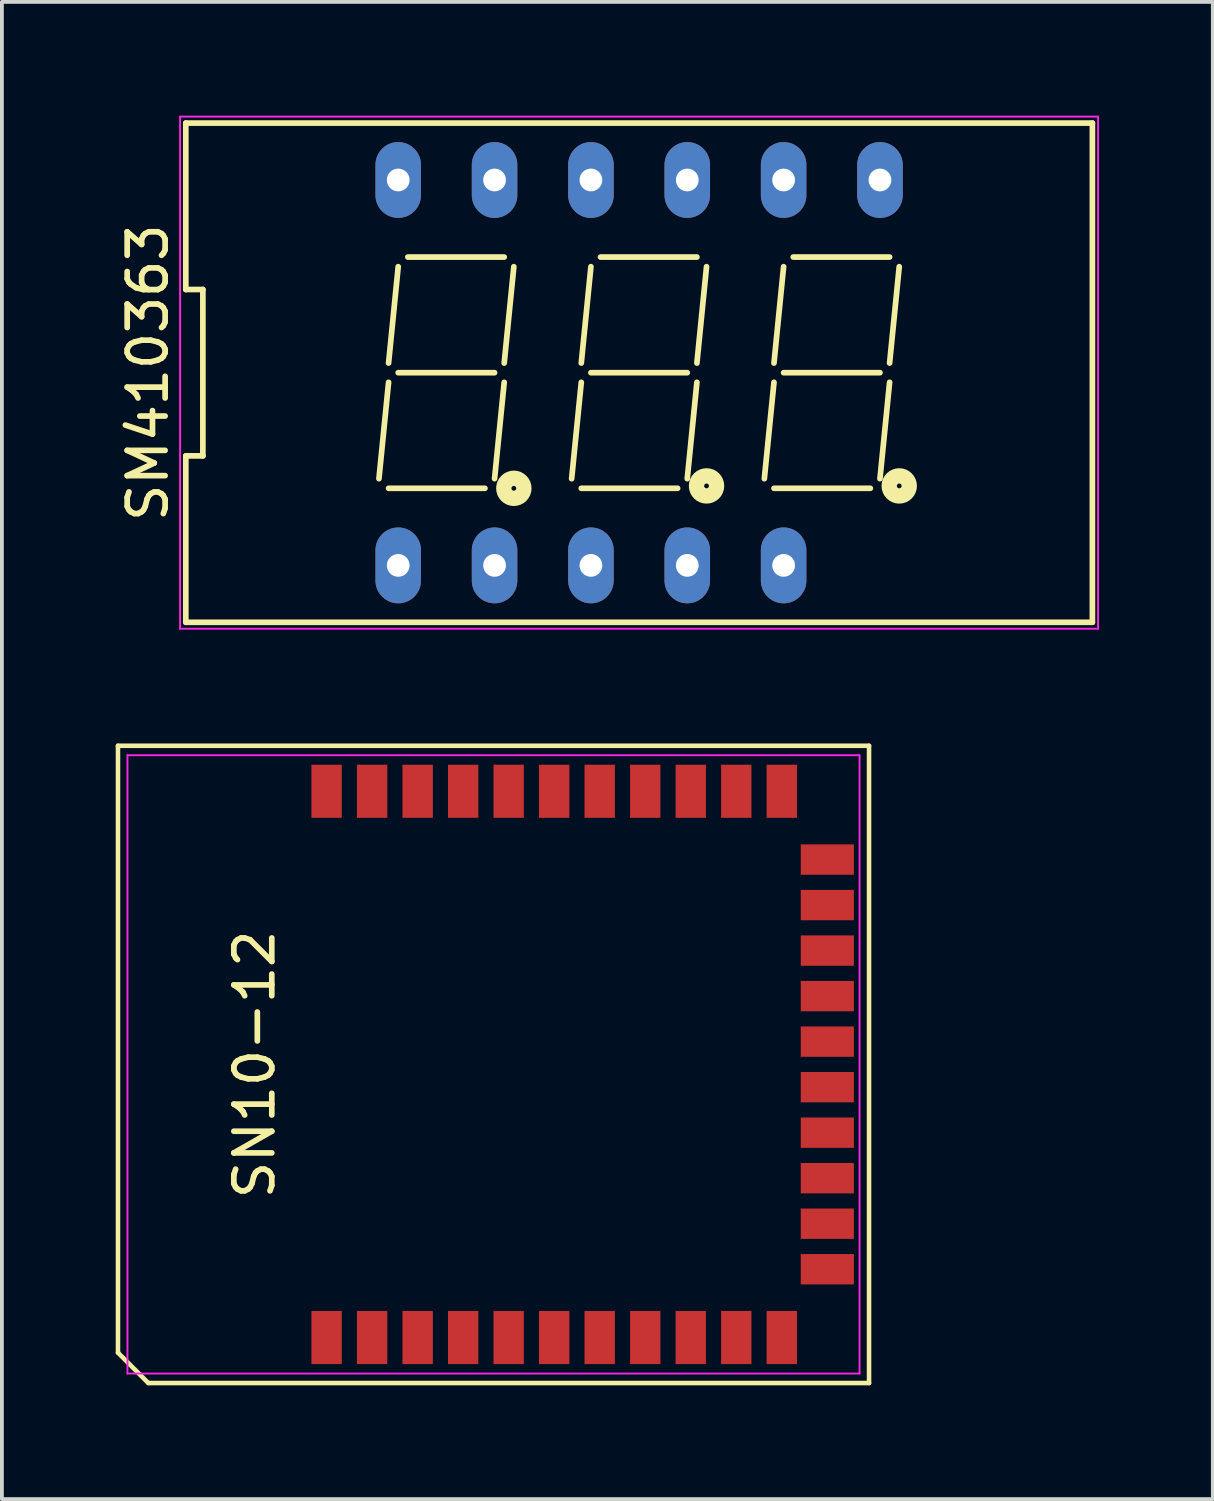
<source format=kicad_pcb>
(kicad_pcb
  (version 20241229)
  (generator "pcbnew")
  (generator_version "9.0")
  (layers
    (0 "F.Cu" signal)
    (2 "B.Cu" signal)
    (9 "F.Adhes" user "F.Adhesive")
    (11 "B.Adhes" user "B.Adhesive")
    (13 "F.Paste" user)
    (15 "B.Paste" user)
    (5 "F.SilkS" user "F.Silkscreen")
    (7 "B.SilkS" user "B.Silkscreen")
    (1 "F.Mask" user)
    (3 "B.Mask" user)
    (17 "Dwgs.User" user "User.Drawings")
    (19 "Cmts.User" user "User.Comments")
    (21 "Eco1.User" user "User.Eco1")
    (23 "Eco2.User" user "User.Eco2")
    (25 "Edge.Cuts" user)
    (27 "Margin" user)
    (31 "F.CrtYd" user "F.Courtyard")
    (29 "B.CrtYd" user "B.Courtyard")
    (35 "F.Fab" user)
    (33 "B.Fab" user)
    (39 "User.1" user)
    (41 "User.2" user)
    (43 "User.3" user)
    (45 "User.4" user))
  (footprint "SN10-12"
    (layer "F.Cu")
    (at 14.56 25.01)
    (property "Reference" "SN10-12" (at -10.9 0 90) (layer "F.SilkS") (effects (font (size 1 1) (thickness 0.15))))
    (attr smd)
    (fp_line (start -14.5 -8.4) (end 5.3 -8.4) (stroke (width 0.12) (type solid)) (layer "F.SilkS"))
    (fp_line (start -14.5 7.6) (end -14.5 -8.4) (stroke (width 0.12) (type solid)) (layer "F.SilkS"))
    (fp_line (start -13.7 8.4) (end -14.5 7.6) (stroke (width 0.12) (type solid)) (layer "F.SilkS"))
    (fp_line (start 5.3 -8.4) (end 5.3 8.4) (stroke (width 0.12) (type solid)) (layer "F.SilkS"))
    (fp_line (start 5.3 8.4) (end -13.7 8.4) (stroke (width 0.12) (type solid)) (layer "F.SilkS"))
    (fp_line (start -14.25 -8.15) (end 5.05 -8.15) (stroke (width 0.05) (type solid)) (layer "F.CrtYd"))
    (fp_line (start -14.25 8.15) (end -14.25 -8.15) (stroke (width 0.05) (type solid)) (layer "F.CrtYd"))
    (fp_line (start 5.05 -8.15) (end 5.05 8.15) (stroke (width 0.05) (type solid)) (layer "F.CrtYd"))
    (fp_line (start 5.05 8.15) (end -14.25 8.15) (stroke (width 0.05) (type solid)) (layer "F.CrtYd"))
    (pad "1" smd rect (at -9 7.2) (size 0.8 1.4) (layers "F.Cu" "F.Mask" "F.Paste"))
    (pad "2" smd rect (at -7.8 7.2) (size 0.8 1.4) (layers "F.Cu" "F.Mask" "F.Paste"))
    (pad "3" smd rect (at -6.6 7.2) (size 0.8 1.4) (layers "F.Cu" "F.Mask" "F.Paste"))
    (pad "4" smd rect (at -5.4 7.2) (size 0.8 1.4) (layers "F.Cu" "F.Mask" "F.Paste"))
    (pad "5" smd rect (at -4.2 7.2) (size 0.8 1.4) (layers "F.Cu" "F.Mask" "F.Paste"))
    (pad "6" smd rect (at -3 7.2) (size 0.8 1.4) (layers "F.Cu" "F.Mask" "F.Paste"))
    (pad "7" smd rect (at -1.8 7.2) (size 0.8 1.4) (layers "F.Cu" "F.Mask" "F.Paste"))
    (pad "8" smd rect (at -0.6 7.2) (size 0.8 1.4) (layers "F.Cu" "F.Mask" "F.Paste"))
    (pad "9" smd rect (at 0.6 7.2) (size 0.8 1.4) (layers "F.Cu" "F.Mask" "F.Paste"))
    (pad "10" smd rect (at 1.8 7.2) (size 0.8 1.4) (layers "F.Cu" "F.Mask" "F.Paste"))
    (pad "11" smd rect (at 3 7.2) (size 0.8 1.4) (layers "F.Cu" "F.Mask" "F.Paste"))
    (pad "12" smd rect (at 4.2 5.4 90) (size 0.8 1.4) (layers "F.Cu" "F.Mask" "F.Paste"))
    (pad "13" smd rect (at 4.2 4.2 90) (size 0.8 1.4) (layers "F.Cu" "F.Mask" "F.Paste"))
    (pad "14" smd rect (at 4.2 3 90) (size 0.8 1.4) (layers "F.Cu" "F.Mask" "F.Paste"))
    (pad "15" smd rect (at 4.2 1.8 90) (size 0.8 1.4) (layers "F.Cu" "F.Mask" "F.Paste"))
    (pad "16" smd rect (at 4.2 0.6 90) (size 0.8 1.4) (layers "F.Cu" "F.Mask" "F.Paste"))
    (pad "17" smd rect (at 4.2 -0.6 90) (size 0.8 1.4) (layers "F.Cu" "F.Mask" "F.Paste"))
    (pad "18" smd rect (at 4.2 -1.8 90) (size 0.8 1.4) (layers "F.Cu" "F.Mask" "F.Paste"))
    (pad "19" smd rect (at 4.2 -3 90) (size 0.8 1.4) (layers "F.Cu" "F.Mask" "F.Paste"))
    (pad "20" smd rect (at 4.2 -4.2 90) (size 0.8 1.4) (layers "F.Cu" "F.Mask" "F.Paste"))
    (pad "21" smd rect (at 4.2 -5.4 90) (size 0.8 1.4) (layers "F.Cu" "F.Mask" "F.Paste"))
    (pad "22" smd rect (at 3 -7.2) (size 0.8 1.4) (layers "F.Cu" "F.Mask" "F.Paste"))
    (pad "23" smd rect (at 1.8 -7.2) (size 0.8 1.4) (layers "F.Cu" "F.Mask" "F.Paste"))
    (pad "24" smd rect (at 0.6 -7.2) (size 0.8 1.4) (layers "F.Cu" "F.Mask" "F.Paste"))
    (pad "25" smd rect (at -0.6 -7.2) (size 0.8 1.4) (layers "F.Cu" "F.Mask" "F.Paste"))
    (pad "26" smd rect (at -1.8 -7.2) (size 0.8 1.4) (layers "F.Cu" "F.Mask" "F.Paste"))
    (pad "27" smd rect (at -3 -7.2) (size 0.8 1.4) (layers "F.Cu" "F.Mask" "F.Paste"))
    (pad "28" smd rect (at -4.2 -7.2) (size 0.8 1.4) (layers "F.Cu" "F.Mask" "F.Paste"))
    (pad "29" smd rect (at -5.4 -7.2) (size 0.8 1.4) (layers "F.Cu" "F.Mask" "F.Paste"))
    (pad "30" smd rect (at -6.6 -7.2) (size 0.8 1.4) (layers "F.Cu" "F.Mask" "F.Paste"))
    (pad "31" smd rect (at -7.8 -7.2) (size 0.8 1.4) (layers "F.Cu" "F.Mask" "F.Paste"))
    (pad "32" smd rect (at -9 -7.2) (size 0.8 1.4) (layers "F.Cu" "F.Mask" "F.Paste")))
  (footprint "SM410363"
    (layer "F.Cu")
    (at 13.798 6.775)
    (property "Reference" "SM410363" (at -12.95 0 90) (layer "F.SilkS") (effects (font (size 1 1) (thickness 0.15))))
    (attr through_hole)
    (fp_line (start -11.95 -6.58) (end -11.95 -2.193) (stroke (width 0.15) (type solid)) (layer "F.SilkS"))
    (fp_line (start -11.95 -2.193) (end -11.5 -2.193) (stroke (width 0.15) (type solid)) (layer "F.SilkS"))
    (fp_line (start -11.95 2.193) (end -11.95 6.58) (stroke (width 0.15) (type solid)) (layer "F.SilkS"))
    (fp_line (start -11.95 6.58) (end 11.95 6.58) (stroke (width 0.15) (type solid)) (layer "F.SilkS"))
    (fp_line (start -11.5 -2.193) (end -11.5 2.193) (stroke (width 0.15) (type solid)) (layer "F.SilkS"))
    (fp_line (start -11.5 2.193) (end -11.95 2.193) (stroke (width 0.15) (type solid)) (layer "F.SilkS"))
    (fp_line (start -6.858 2.794) (end -6.604 0.254) (stroke (width 0.15) (type solid)) (layer "F.SilkS"))
    (fp_line (start -6.604 -0.254) (end -6.35 -2.794) (stroke (width 0.15) (type solid)) (layer "F.SilkS"))
    (fp_line (start -6.604 3.048) (end -4.064 3.048) (stroke (width 0.15) (type solid)) (layer "F.SilkS"))
    (fp_line (start -6.35 0) (end -3.81 0) (stroke (width 0.15) (type solid)) (layer "F.SilkS"))
    (fp_line (start -6.096 -3.048) (end -3.556 -3.048) (stroke (width 0.15) (type solid)) (layer "F.SilkS"))
    (fp_line (start -3.81 2.794) (end -3.556 0.254) (stroke (width 0.15) (type solid)) (layer "F.SilkS"))
    (fp_line (start -3.556 -0.254) (end -3.302 -2.794) (stroke (width 0.15) (type solid)) (layer "F.SilkS"))
    (fp_line (start -1.778 2.794) (end -1.524 0.254) (stroke (width 0.15) (type solid)) (layer "F.SilkS"))
    (fp_line (start -1.524 -0.254) (end -1.27 -2.794) (stroke (width 0.15) (type solid)) (layer "F.SilkS"))
    (fp_line (start -1.524 3.048) (end 1.016 3.048) (stroke (width 0.15) (type solid)) (layer "F.SilkS"))
    (fp_line (start -1.27 0) (end 1.27 0) (stroke (width 0.15) (type solid)) (layer "F.SilkS"))
    (fp_line (start -1.016 -3.048) (end 1.524 -3.048) (stroke (width 0.15) (type solid)) (layer "F.SilkS"))
    (fp_line (start 1.27 2.794) (end 1.524 0.254) (stroke (width 0.15) (type solid)) (layer "F.SilkS"))
    (fp_line (start 1.524 -0.254) (end 1.778 -2.794) (stroke (width 0.15) (type solid)) (layer "F.SilkS"))
    (fp_line (start 3.302 2.794) (end 3.556 0.254) (stroke (width 0.15) (type solid)) (layer "F.SilkS"))
    (fp_line (start 3.556 -0.254) (end 3.81 -2.794) (stroke (width 0.15) (type solid)) (layer "F.SilkS"))
    (fp_line (start 3.556 3.048) (end 6.096 3.048) (stroke (width 0.15) (type solid)) (layer "F.SilkS"))
    (fp_line (start 3.81 0) (end 6.35 0) (stroke (width 0.15) (type solid)) (layer "F.SilkS"))
    (fp_line (start 4.064 -3.048) (end 6.604 -3.048) (stroke (width 0.15) (type solid)) (layer "F.SilkS"))
    (fp_line (start 6.35 2.794) (end 6.604 0.254) (stroke (width 0.15) (type solid)) (layer "F.SilkS"))
    (fp_line (start 6.604 -0.254) (end 6.858 -2.794) (stroke (width 0.15) (type solid)) (layer "F.SilkS"))
    (fp_line (start 11.95 -6.58) (end -11.95 -6.58) (stroke (width 0.15) (type solid)) (layer "F.SilkS"))
    (fp_line (start 11.95 6.58) (end 11.95 -6.58) (stroke (width 0.15) (type solid)) (layer "F.SilkS"))
    (fp_circle (center -3.302 3.048) (end -3.239 3.048) (stroke (width 0.404) (type solid)) (fill no) (layer "F.SilkS"))
    (fp_circle (center 1.778 2.985) (end 1.841 2.985) (stroke (width 0.404) (type solid)) (fill no) (layer "F.SilkS"))
    (fp_circle (center 6.858 2.985) (end 6.921 2.985) (stroke (width 0.404) (type solid)) (fill no) (layer "F.SilkS"))
    (fp_line (start -12.1 -6.75) (end 12.1 -6.75) (stroke (width 0.05) (type solid)) (layer "F.CrtYd"))
    (fp_line (start -12.1 6.75) (end -12.1 -6.75) (stroke (width 0.05) (type solid)) (layer "F.CrtYd"))
    (fp_line (start 12.1 -6.75) (end 12.1 6.75) (stroke (width 0.05) (type solid)) (layer "F.CrtYd"))
    (fp_line (start 12.1 6.75) (end -12.1 6.75) (stroke (width 0.05) (type solid)) (layer "F.CrtYd"))
    (pad "1" thru_hole oval (at -6.35 5.08) (size 1.2 2) (drill 0.6) (layers "*.Cu" "*.Mask"))
    (pad "2" thru_hole oval (at -3.81 5.08) (size 1.2 2) (drill 0.6) (layers "*.Cu" "*.Mask"))
    (pad "3" thru_hole oval (at -1.27 5.08) (size 1.2 2) (drill 0.6) (layers "*.Cu" "*.Mask"))
    (pad "4" thru_hole oval (at 1.27 5.08) (size 1.2 2) (drill 0.6) (layers "*.Cu" "*.Mask"))
    (pad "5" thru_hole oval (at 3.81 5.08) (size 1.2 2) (drill 0.6) (layers "*.Cu" "*.Mask"))
    (pad "6" thru_hole oval (at 6.35 -5.08) (size 1.2 2) (drill 0.6) (layers "*.Cu" "*.Mask"))
    (pad "7" thru_hole oval (at 3.81 -5.08) (size 1.2 2) (drill 0.6) (layers "*.Cu" "*.Mask"))
    (pad "8" thru_hole oval (at 1.27 -5.08) (size 1.2 2) (drill 0.6) (layers "*.Cu" "*.Mask"))
    (pad "9" thru_hole oval (at -1.27 -5.08) (size 1.2 2) (drill 0.6) (layers "*.Cu" "*.Mask"))
    (pad "10" thru_hole oval (at -3.81 -5.08) (size 1.2 2) (drill 0.6) (layers "*.Cu" "*.Mask"))
    (pad "11" thru_hole oval (at -6.35 -5.08) (size 1.2 2) (drill 0.6) (layers "*.Cu" "*.Mask")))
  (gr_rect
    (start -3 -3)
    (end 28.923 36.47)
    (stroke (width 0.1) (type default))
    (fill no)
    (layer "Edge.Cuts")))
</source>
